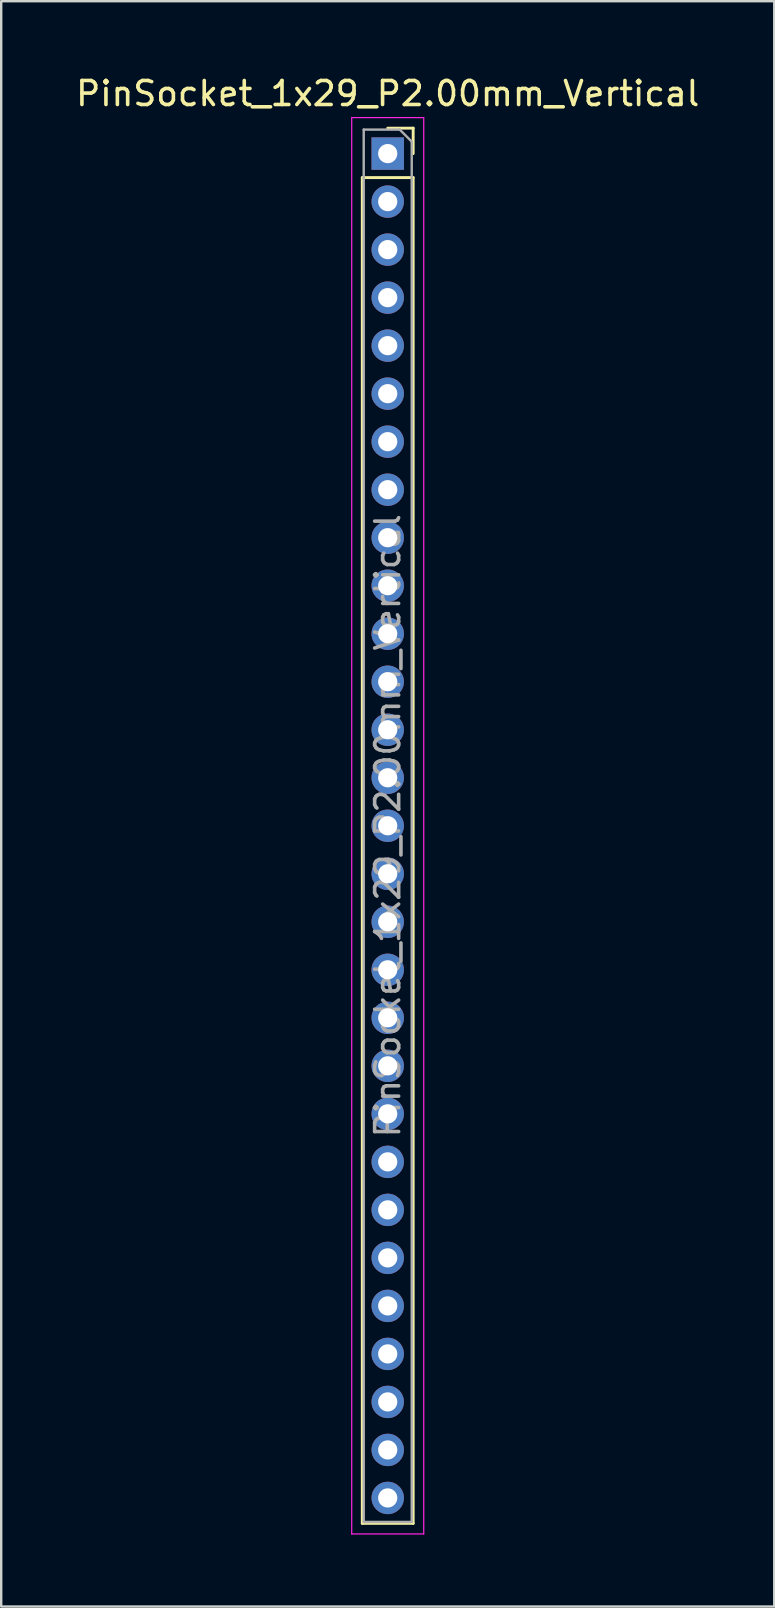
<source format=kicad_pcb>
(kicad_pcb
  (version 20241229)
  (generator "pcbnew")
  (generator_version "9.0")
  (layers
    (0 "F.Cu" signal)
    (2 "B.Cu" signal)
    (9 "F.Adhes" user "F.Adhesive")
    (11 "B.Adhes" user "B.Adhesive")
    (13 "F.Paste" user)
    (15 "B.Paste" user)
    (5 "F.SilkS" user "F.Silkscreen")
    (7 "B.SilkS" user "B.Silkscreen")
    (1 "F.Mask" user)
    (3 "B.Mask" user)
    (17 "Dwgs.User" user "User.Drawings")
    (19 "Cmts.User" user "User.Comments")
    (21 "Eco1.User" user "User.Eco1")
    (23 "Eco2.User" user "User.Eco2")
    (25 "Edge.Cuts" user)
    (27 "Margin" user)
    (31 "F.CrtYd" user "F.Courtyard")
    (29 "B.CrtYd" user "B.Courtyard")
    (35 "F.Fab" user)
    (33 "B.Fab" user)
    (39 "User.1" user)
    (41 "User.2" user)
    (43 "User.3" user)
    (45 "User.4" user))
  (footprint "PinSocket_1x29_P2.00mm_Vertical"
    (layer "F.Cu")
    (at 13.101 3.348)
    (property "Reference" "PinSocket_1x29_P2.00mm_Vertical" (at 0 -2.5 0) (layer "F.SilkS") (effects (font (size 1 1) (thickness 0.15))))
    (attr through_hole)
    (fp_line (start -1.06 1) (end -1.06 57.06) (stroke (width 0.12) (type solid)) (layer "F.SilkS"))
    (fp_line (start -1.06 1) (end 1.06 1) (stroke (width 0.12) (type solid)) (layer "F.SilkS"))
    (fp_line (start -1.06 57.06) (end 1.06 57.06) (stroke (width 0.12) (type solid)) (layer "F.SilkS"))
    (fp_line (start 0 -1.06) (end 1.06 -1.06) (stroke (width 0.12) (type solid)) (layer "F.SilkS"))
    (fp_line (start 1.06 -1.06) (end 1.06 0) (stroke (width 0.12) (type solid)) (layer "F.SilkS"))
    (fp_line (start 1.06 1) (end 1.06 57.06) (stroke (width 0.12) (type solid)) (layer "F.SilkS"))
    (fp_line (start -1.5 -1.5) (end 1.5 -1.5) (stroke (width 0.05) (type solid)) (layer "F.CrtYd"))
    (fp_line (start -1.5 57.5) (end -1.5 -1.5) (stroke (width 0.05) (type solid)) (layer "F.CrtYd"))
    (fp_line (start 1.5 -1.5) (end 1.5 57.5) (stroke (width 0.05) (type solid)) (layer "F.CrtYd"))
    (fp_line (start 1.5 57.5) (end -1.5 57.5) (stroke (width 0.05) (type solid)) (layer "F.CrtYd"))
    (fp_line (start -1 -1) (end 0.5 -1) (stroke (width 0.1) (type solid)) (layer "F.Fab"))
    (fp_line (start -1 57) (end -1 -1) (stroke (width 0.1) (type solid)) (layer "F.Fab"))
    (fp_line (start 0.5 -1) (end 1 -0.5) (stroke (width 0.1) (type solid)) (layer "F.Fab"))
    (fp_line (start 1 -0.5) (end 1 57) (stroke (width 0.1) (type solid)) (layer "F.Fab"))
    (fp_line (start 1 57) (end -1 57) (stroke (width 0.1) (type solid)) (layer "F.Fab"))
    (fp_text user "${REFERENCE}" (at 0 28 90) (layer "F.Fab") (effects (font (size 1 1) (thickness 0.15))))
    (pad "1" thru_hole rect (at 0 0) (size 1.35 1.35) (drill 0.8) (layers "*.Cu" "*.Mask"))
    (pad "2" thru_hole oval (at 0 2) (size 1.35 1.35) (drill 0.8) (layers "*.Cu" "*.Mask"))
    (pad "3" thru_hole oval (at 0 4) (size 1.35 1.35) (drill 0.8) (layers "*.Cu" "*.Mask"))
    (pad "4" thru_hole oval (at 0 6) (size 1.35 1.35) (drill 0.8) (layers "*.Cu" "*.Mask"))
    (pad "5" thru_hole oval (at 0 8) (size 1.35 1.35) (drill 0.8) (layers "*.Cu" "*.Mask"))
    (pad "6" thru_hole oval (at 0 10) (size 1.35 1.35) (drill 0.8) (layers "*.Cu" "*.Mask"))
    (pad "7" thru_hole oval (at 0 12) (size 1.35 1.35) (drill 0.8) (layers "*.Cu" "*.Mask"))
    (pad "8" thru_hole oval (at 0 14) (size 1.35 1.35) (drill 0.8) (layers "*.Cu" "*.Mask"))
    (pad "9" thru_hole oval (at 0 16) (size 1.35 1.35) (drill 0.8) (layers "*.Cu" "*.Mask"))
    (pad "10" thru_hole oval (at 0 18) (size 1.35 1.35) (drill 0.8) (layers "*.Cu" "*.Mask"))
    (pad "11" thru_hole oval (at 0 20) (size 1.35 1.35) (drill 0.8) (layers "*.Cu" "*.Mask"))
    (pad "12" thru_hole oval (at 0 22) (size 1.35 1.35) (drill 0.8) (layers "*.Cu" "*.Mask"))
    (pad "13" thru_hole oval (at 0 24) (size 1.35 1.35) (drill 0.8) (layers "*.Cu" "*.Mask"))
    (pad "14" thru_hole oval (at 0 26) (size 1.35 1.35) (drill 0.8) (layers "*.Cu" "*.Mask"))
    (pad "15" thru_hole oval (at 0 28) (size 1.35 1.35) (drill 0.8) (layers "*.Cu" "*.Mask"))
    (pad "16" thru_hole oval (at 0 30) (size 1.35 1.35) (drill 0.8) (layers "*.Cu" "*.Mask"))
    (pad "17" thru_hole oval (at 0 32) (size 1.35 1.35) (drill 0.8) (layers "*.Cu" "*.Mask"))
    (pad "18" thru_hole oval (at 0 34) (size 1.35 1.35) (drill 0.8) (layers "*.Cu" "*.Mask"))
    (pad "19" thru_hole oval (at 0 36) (size 1.35 1.35) (drill 0.8) (layers "*.Cu" "*.Mask"))
    (pad "20" thru_hole oval (at 0 38) (size 1.35 1.35) (drill 0.8) (layers "*.Cu" "*.Mask"))
    (pad "21" thru_hole oval (at 0 40) (size 1.35 1.35) (drill 0.8) (layers "*.Cu" "*.Mask"))
    (pad "22" thru_hole oval (at 0 42) (size 1.35 1.35) (drill 0.8) (layers "*.Cu" "*.Mask"))
    (pad "23" thru_hole oval (at 0 44) (size 1.35 1.35) (drill 0.8) (layers "*.Cu" "*.Mask"))
    (pad "24" thru_hole oval (at 0 46) (size 1.35 1.35) (drill 0.8) (layers "*.Cu" "*.Mask"))
    (pad "25" thru_hole oval (at 0 48) (size 1.35 1.35) (drill 0.8) (layers "*.Cu" "*.Mask"))
    (pad "26" thru_hole oval (at 0 50) (size 1.35 1.35) (drill 0.8) (layers "*.Cu" "*.Mask"))
    (pad "27" thru_hole oval (at 0 52) (size 1.35 1.35) (drill 0.8) (layers "*.Cu" "*.Mask"))
    (pad "28" thru_hole oval (at 0 54) (size 1.35 1.35) (drill 0.8) (layers "*.Cu" "*.Mask"))
    (pad "29" thru_hole oval (at 0 56) (size 1.35 1.35) (drill 0.8) (layers "*.Cu" "*.Mask")))
  (gr_rect
    (start -3 -3)
    (end 29.202 63.873)
    (stroke (width 0.1) (type default))
    (fill no)
    (layer "Edge.Cuts")))
</source>
